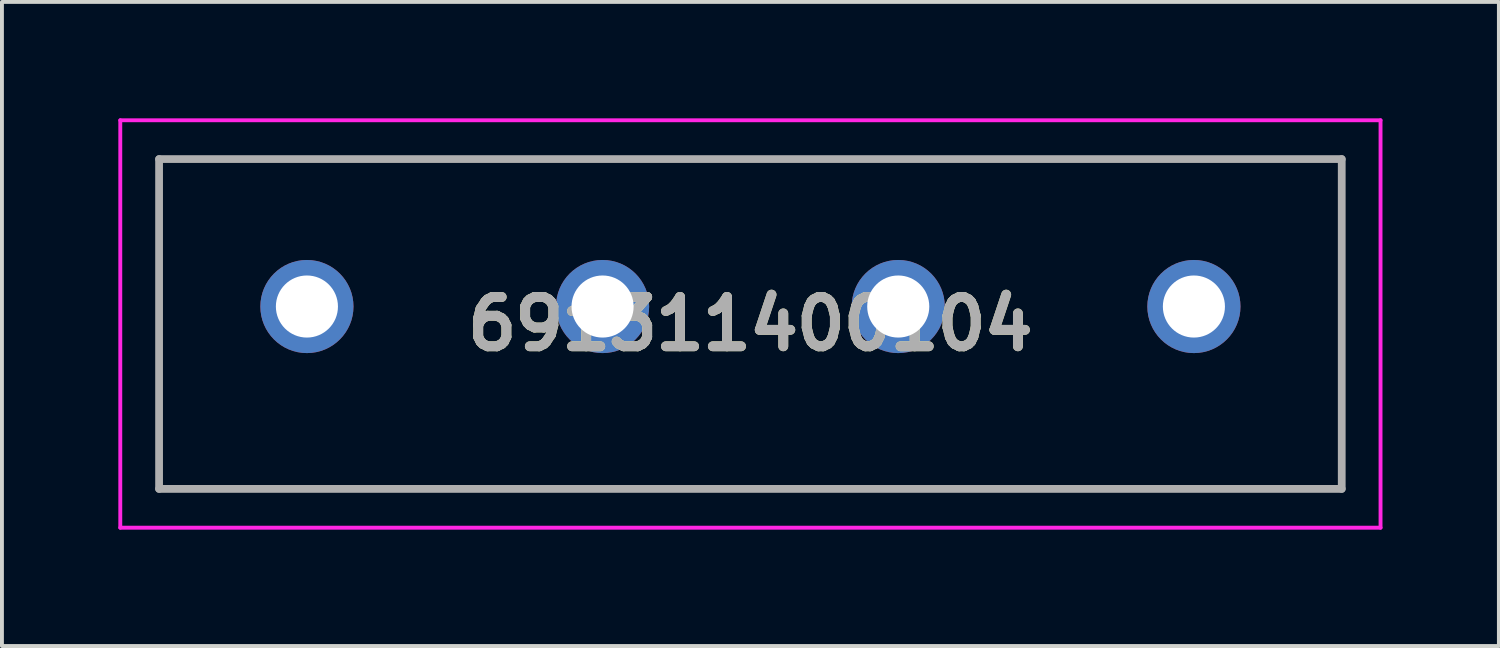
<source format=kicad_pcb>
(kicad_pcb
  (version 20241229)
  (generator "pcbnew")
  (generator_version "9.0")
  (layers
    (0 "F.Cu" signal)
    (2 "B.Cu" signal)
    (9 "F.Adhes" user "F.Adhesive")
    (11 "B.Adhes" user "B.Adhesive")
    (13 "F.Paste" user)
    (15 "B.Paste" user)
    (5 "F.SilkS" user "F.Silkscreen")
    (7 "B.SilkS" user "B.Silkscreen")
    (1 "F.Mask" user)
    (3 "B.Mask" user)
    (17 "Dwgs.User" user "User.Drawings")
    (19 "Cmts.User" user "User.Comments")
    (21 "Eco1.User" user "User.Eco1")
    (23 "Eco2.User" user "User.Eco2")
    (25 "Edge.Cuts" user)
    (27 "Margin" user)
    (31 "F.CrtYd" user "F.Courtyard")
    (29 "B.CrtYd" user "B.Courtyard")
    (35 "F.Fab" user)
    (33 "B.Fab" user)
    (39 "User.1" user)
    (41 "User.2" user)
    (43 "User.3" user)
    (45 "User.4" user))
  (footprint "691311400104"
    (layer "F.Cu")
    (at 4.86 4.85)
    (property "Reference" "691311400104" (at 11.43 0.45 0) (layer "F.SilkS") (effects (font (size 1.27 1.27) (thickness 0.254))))
    (attr through_hole)
    (fp_line (start -3.81 -3.8) (end 26.67 -3.8) (stroke (width 0.1) (type solid)) (layer "F.SilkS"))
    (fp_line (start -3.81 4.7) (end -3.81 -3.8) (stroke (width 0.1) (type solid)) (layer "F.SilkS"))
    (fp_line (start 26.67 -3.8) (end 26.67 4.7) (stroke (width 0.1) (type solid)) (layer "F.SilkS"))
    (fp_line (start 26.67 4.7) (end -3.81 4.7) (stroke (width 0.1) (type solid)) (layer "F.SilkS"))
    (fp_line (start -4.81 -4.8) (end 27.67 -4.8) (stroke (width 0.1) (type solid)) (layer "F.CrtYd"))
    (fp_line (start -4.81 5.7) (end -4.81 -4.8) (stroke (width 0.1) (type solid)) (layer "F.CrtYd"))
    (fp_line (start 27.67 -4.8) (end 27.67 5.7) (stroke (width 0.1) (type solid)) (layer "F.CrtYd"))
    (fp_line (start 27.67 5.7) (end -4.81 5.7) (stroke (width 0.1) (type solid)) (layer "F.CrtYd"))
    (fp_line (start -3.81 -3.8) (end 26.67 -3.8) (stroke (width 0.2) (type solid)) (layer "F.Fab"))
    (fp_line (start -3.81 4.7) (end -3.81 -3.8) (stroke (width 0.2) (type solid)) (layer "F.Fab"))
    (fp_line (start 26.67 -3.8) (end 26.67 4.7) (stroke (width 0.2) (type solid)) (layer "F.Fab"))
    (fp_line (start 26.67 4.7) (end -3.81 4.7) (stroke (width 0.2) (type solid)) (layer "F.Fab"))
    (fp_text user "${REFERENCE}" (at 11.43 0.45 0) (layer "F.Fab") (effects (font (size 1.27 1.27) (thickness 0.254))))
    (pad "1" thru_hole circle (at 0 0) (size 2.4 2.4) (drill 1.6) (layers "*.Cu" "*.Mask"))
    (pad "2" thru_hole circle (at 7.62 0) (size 2.4 2.4) (drill 1.6) (layers "*.Cu" "*.Mask"))
    (pad "3" thru_hole circle (at 15.24 0) (size 2.4 2.4) (drill 1.6) (layers "*.Cu" "*.Mask"))
    (pad "4" thru_hole circle (at 22.86 0) (size 2.4 2.4) (drill 1.6) (layers "*.Cu" "*.Mask")))
  (gr_rect
    (start -3 -3)
    (end 35.58 13.6)
    (stroke (width 0.1) (type default))
    (fill no)
    (layer "Edge.Cuts")))
</source>
